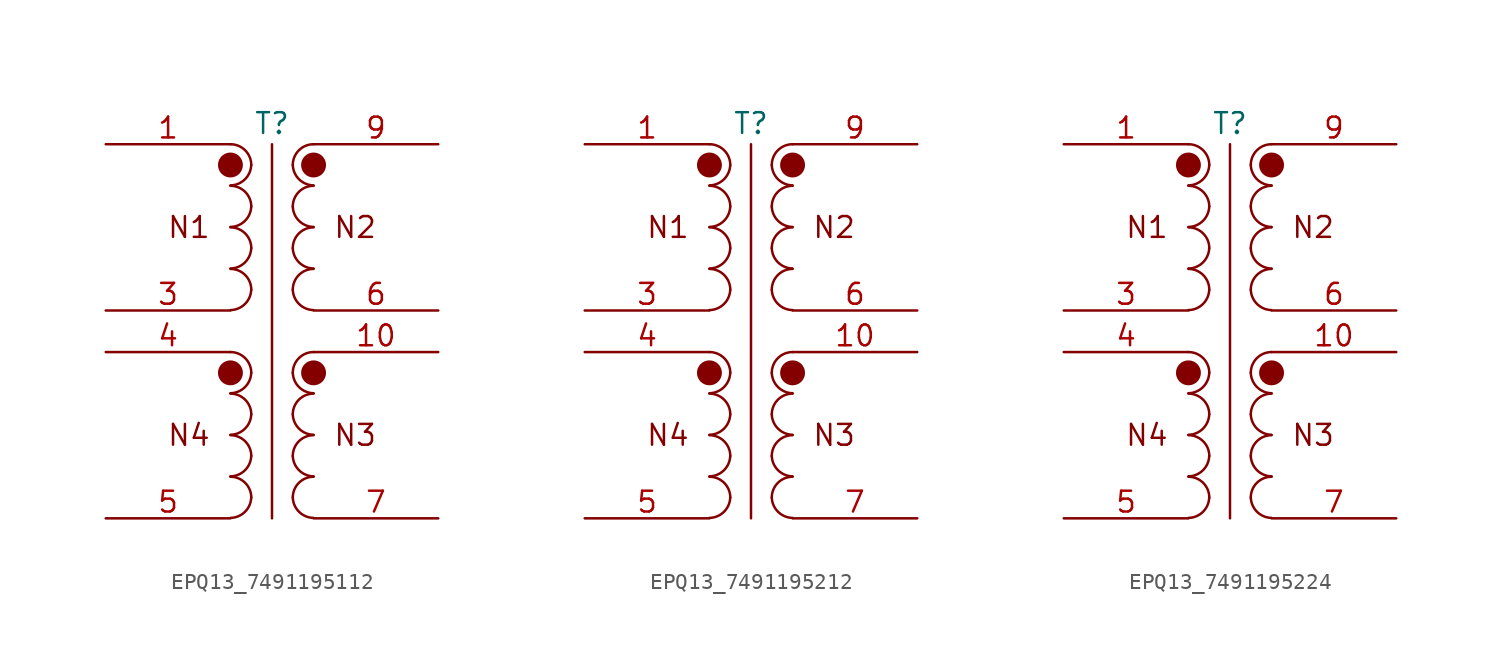
<source format=kicad_sym>
(kicad_symbol_lib
  (version 20220914)
  (generator kicad_symbol_editor)
  (symbol "EPQ13_7491195112"
    (pin_names hide)
    (property "Reference" "T"
      (at 0 12.7 0)
      (effects (font (size 1.27 1.27))))
    (property "Critical Parameter" ""
      (at 0 -5.08 0)
      (effects (font (size 1.27 1.27)) (justify left)))
    (symbol "EPQ13_7491195112_0_1"
      (arc (start -2.54 -11.4046) (mid -1.6561 -11.0363) (end -1.27 -10.16) (stroke (width 0) (type default)) (fill (type none)))
      (arc (start -2.54 -8.8646) (mid -1.6561 -8.4963) (end -1.27 -7.62) (stroke (width 0) (type default)) (fill (type none)))
      (arc (start -2.54 -6.3246) (mid -1.6561 -5.9563) (end -1.27 -5.08) (stroke (width 0) (type default)) (fill (type none)))
      (arc (start -2.54 -3.7846) (mid -1.6561 -3.4163) (end -1.27 -2.54) (stroke (width 0) (type default)) (fill (type none)))
      (arc (start -2.54 1.2954) (mid -1.6561 1.6637) (end -1.27 2.54) (stroke (width 0) (type default)) (fill (type none)))
      (arc (start -2.54 3.8354) (mid -1.6561 4.2037) (end -1.27 5.08) (stroke (width 0) (type default)) (fill (type none)))
      (arc (start -2.54 6.3754) (mid -1.6561 6.7437) (end -1.27 7.62) (stroke (width 0) (type default)) (fill (type none)))
      (arc (start -2.54 8.9154) (mid -1.6561 9.2837) (end -1.27 10.16) (stroke (width 0) (type default)) (fill (type none)))
      (arc (start -1.27 -10.16) (mid -1.642 -9.262) (end -2.54 -8.89) (stroke (width 0) (type default)) (fill (type none)))
      (arc (start -1.27 -7.62) (mid -1.642 -6.722) (end -2.54 -6.35) (stroke (width 0) (type default)) (fill (type none)))
      (arc (start -1.27 -5.08) (mid -1.642 -4.182) (end -2.54 -3.81) (stroke (width 0) (type default)) (fill (type none)))
      (arc (start -1.27 -2.54) (mid -1.642 -1.642) (end -2.54 -1.27) (stroke (width 0) (type default)) (fill (type none)))
      (arc (start -1.27 2.54) (mid -1.642 3.438) (end -2.54 3.81) (stroke (width 0) (type default)) (fill (type none)))
      (arc (start -1.27 5.08) (mid -1.642 5.978) (end -2.54 6.35) (stroke (width 0) (type default)) (fill (type none)))
      (arc (start -1.27 7.62) (mid -1.642 8.518) (end -2.54 8.89) (stroke (width 0) (type default)) (fill (type none)))
      (arc (start -1.27 10.16) (mid -1.642 11.058) (end -2.54 11.43) (stroke (width 0) (type default)) (fill (type none)))
      (polyline (pts (xy 0 -11.43) (xy 0 11.43)) (stroke (width 0) (type default)) (fill (type none)))
      (arc (start 1.27 -10.16) (mid 1.6561 -11.0363) (end 2.54 -11.4046) (stroke (width 0) (type default)) (fill (type none)))
      (arc (start 1.27 -7.62) (mid 1.6561 -8.4963) (end 2.54 -8.8646) (stroke (width 0) (type default)) (fill (type none)))
      (arc (start 1.27 -5.08) (mid 1.6561 -5.9563) (end 2.54 -6.3246) (stroke (width 0) (type default)) (fill (type none)))
      (arc (start 1.27 -2.54) (mid 1.6561 -3.4163) (end 2.54 -3.7846) (stroke (width 0) (type default)) (fill (type none)))
      (arc (start 1.27 2.54) (mid 1.6561 1.6637) (end 2.54 1.2954) (stroke (width 0) (type default)) (fill (type none)))
      (arc (start 1.27 5.08) (mid 1.6561 4.2037) (end 2.54 3.8354) (stroke (width 0) (type default)) (fill (type none)))
      (arc (start 1.27 7.62) (mid 1.6561 6.7437) (end 2.54 6.3754) (stroke (width 0) (type default)) (fill (type none)))
      (arc (start 1.27 10.16) (mid 1.6561 9.2837) (end 2.54 8.9154) (stroke (width 0) (type default)) (fill (type none)))
      (arc (start 2.54 -8.89) (mid 1.642 -9.262) (end 1.27 -10.16) (stroke (width 0) (type default)) (fill (type none)))
      (arc (start 2.54 -6.35) (mid 1.642 -6.722) (end 1.27 -7.62) (stroke (width 0) (type default)) (fill (type none)))
      (arc (start 2.54 -3.81) (mid 1.642 -4.182) (end 1.27 -5.08) (stroke (width 0) (type default)) (fill (type none)))
      (arc (start 2.54 -1.27) (mid 1.642 -1.642) (end 1.27 -2.54) (stroke (width 0) (type default)) (fill (type none)))
      (arc (start 2.54 3.81) (mid 1.642 3.438) (end 1.27 2.54) (stroke (width 0) (type default)) (fill (type none)))
      (arc (start 2.54 6.35) (mid 1.642 5.978) (end 1.27 5.08) (stroke (width 0) (type default)) (fill (type none)))
      (arc (start 2.54 8.89) (mid 1.642 8.518) (end 1.27 7.62) (stroke (width 0) (type default)) (fill (type none)))
      (arc (start 2.54 11.43) (mid 1.642 11.058) (end 1.27 10.16) (stroke (width 0) (type default)) (fill (type none))))
    (symbol "EPQ13_7491195112_1_1"
      (circle (center -2.54 -2.54) (radius 0.0001) (stroke (width 0.762) (type default)) (fill (type none)))
      (circle (center -2.54 10.16) (radius 0.0001) (stroke (width 0.762) (type default)) (fill (type none)))
      (circle (center 2.54 -2.54) (radius 0.0001) (stroke (width 0.762) (type default)) (fill (type none)))
      (circle (center 2.54 10.16) (radius 0.0001) (stroke (width 0.762) (type default)) (fill (type none)))
      (text "N1" (at -5.08 6.35 0) (effects (font (size 1.27 1.27))))
      (text "N2" (at 5.08 6.35 0) (effects (font (size 1.27 1.27))))
      (text "N4" (at -5.08 -6.35 0) (effects (font (size 1.27 1.27))))
      (text "N3" (at 5.08 -6.35 0) (effects (font (size 1.27 1.27))))
      (pin passive line (at -10.16 11.43 0) (length 7.62) (name "1" (effects (font (size 1.27 1.27)))) (number "1" (effects (font (size 1.27 1.27)))))
      (pin passive line (at -10.16 1.27 0) (length 7.62) (name "3" (effects (font (size 1.27 1.27)))) (number "3" (effects (font (size 1.27 1.27)))))
      (pin passive line (at -10.16 -1.27 0) (length 7.62) (name "4" (effects (font (size 1.27 1.27)))) (number "4" (effects (font (size 1.27 1.27)))))
      (pin passive line (at -10.16 -11.43 0) (length 7.62) (name "5" (effects (font (size 1.27 1.27)))) (number "5" (effects (font (size 1.27 1.27)))))
      (pin passive line (at 10.16 11.43 180) (length 7.62) (name "9" (effects (font (size 1.27 1.27)))) (number "9" (effects (font (size 1.27 1.27)))))
      (pin passive line (at 10.16 1.27 180) (length 7.62) (name "6" (effects (font (size 1.27 1.27)))) (number "6" (effects (font (size 1.27 1.27)))))
      (pin passive line (at 10.16 -1.27 180) (length 7.62) (name "10" (effects (font (size 1.27 1.27)))) (number "10" (effects (font (size 1.27 1.27)))))
      (pin passive line (at 10.16 -11.43 180) (length 7.62) (name "7" (effects (font (size 1.27 1.27)))) (number "7" (effects (font (size 1.27 1.27)))))))
  (symbol "EPQ13_7491195212"
    (pin_names hide)
    (property "Reference" "T"
      (at 0 12.7 0)
      (effects (font (size 1.27 1.27))))
    (property "Critical Parameter" ""
      (at 0 -5.08 0)
      (effects (font (size 1.27 1.27)) (justify left)))
    (symbol "EPQ13_7491195212_0_1"
      (arc (start -2.54 -11.4046) (mid -1.6561 -11.0363) (end -1.27 -10.16) (stroke (width 0) (type default)) (fill (type none)))
      (arc (start -2.54 -8.8646) (mid -1.6561 -8.4963) (end -1.27 -7.62) (stroke (width 0) (type default)) (fill (type none)))
      (arc (start -2.54 -6.3246) (mid -1.6561 -5.9563) (end -1.27 -5.08) (stroke (width 0) (type default)) (fill (type none)))
      (arc (start -2.54 -3.7846) (mid -1.6561 -3.4163) (end -1.27 -2.54) (stroke (width 0) (type default)) (fill (type none)))
      (arc (start -2.54 1.2954) (mid -1.6561 1.6637) (end -1.27 2.54) (stroke (width 0) (type default)) (fill (type none)))
      (arc (start -2.54 3.8354) (mid -1.6561 4.2037) (end -1.27 5.08) (stroke (width 0) (type default)) (fill (type none)))
      (arc (start -2.54 6.3754) (mid -1.6561 6.7437) (end -1.27 7.62) (stroke (width 0) (type default)) (fill (type none)))
      (arc (start -2.54 8.9154) (mid -1.6561 9.2837) (end -1.27 10.16) (stroke (width 0) (type default)) (fill (type none)))
      (arc (start -1.27 -10.16) (mid -1.642 -9.262) (end -2.54 -8.89) (stroke (width 0) (type default)) (fill (type none)))
      (arc (start -1.27 -7.62) (mid -1.642 -6.722) (end -2.54 -6.35) (stroke (width 0) (type default)) (fill (type none)))
      (arc (start -1.27 -5.08) (mid -1.642 -4.182) (end -2.54 -3.81) (stroke (width 0) (type default)) (fill (type none)))
      (arc (start -1.27 -2.54) (mid -1.642 -1.642) (end -2.54 -1.27) (stroke (width 0) (type default)) (fill (type none)))
      (arc (start -1.27 2.54) (mid -1.642 3.438) (end -2.54 3.81) (stroke (width 0) (type default)) (fill (type none)))
      (arc (start -1.27 5.08) (mid -1.642 5.978) (end -2.54 6.35) (stroke (width 0) (type default)) (fill (type none)))
      (arc (start -1.27 7.62) (mid -1.642 8.518) (end -2.54 8.89) (stroke (width 0) (type default)) (fill (type none)))
      (arc (start -1.27 10.16) (mid -1.642 11.058) (end -2.54 11.43) (stroke (width 0) (type default)) (fill (type none)))
      (polyline (pts (xy 0 -11.43) (xy 0 11.43)) (stroke (width 0) (type default)) (fill (type none)))
      (arc (start 1.27 -10.16) (mid 1.6561 -11.0363) (end 2.54 -11.4046) (stroke (width 0) (type default)) (fill (type none)))
      (arc (start 1.27 -7.62) (mid 1.6561 -8.4963) (end 2.54 -8.8646) (stroke (width 0) (type default)) (fill (type none)))
      (arc (start 1.27 -5.08) (mid 1.6561 -5.9563) (end 2.54 -6.3246) (stroke (width 0) (type default)) (fill (type none)))
      (arc (start 1.27 -2.54) (mid 1.6561 -3.4163) (end 2.54 -3.7846) (stroke (width 0) (type default)) (fill (type none)))
      (arc (start 1.27 2.54) (mid 1.6561 1.6637) (end 2.54 1.2954) (stroke (width 0) (type default)) (fill (type none)))
      (arc (start 1.27 5.08) (mid 1.6561 4.2037) (end 2.54 3.8354) (stroke (width 0) (type default)) (fill (type none)))
      (arc (start 1.27 7.62) (mid 1.6561 6.7437) (end 2.54 6.3754) (stroke (width 0) (type default)) (fill (type none)))
      (arc (start 1.27 10.16) (mid 1.6561 9.2837) (end 2.54 8.9154) (stroke (width 0) (type default)) (fill (type none)))
      (arc (start 2.54 -8.89) (mid 1.642 -9.262) (end 1.27 -10.16) (stroke (width 0) (type default)) (fill (type none)))
      (arc (start 2.54 -6.35) (mid 1.642 -6.722) (end 1.27 -7.62) (stroke (width 0) (type default)) (fill (type none)))
      (arc (start 2.54 -3.81) (mid 1.642 -4.182) (end 1.27 -5.08) (stroke (width 0) (type default)) (fill (type none)))
      (arc (start 2.54 -1.27) (mid 1.642 -1.642) (end 1.27 -2.54) (stroke (width 0) (type default)) (fill (type none)))
      (arc (start 2.54 3.81) (mid 1.642 3.438) (end 1.27 2.54) (stroke (width 0) (type default)) (fill (type none)))
      (arc (start 2.54 6.35) (mid 1.642 5.978) (end 1.27 5.08) (stroke (width 0) (type default)) (fill (type none)))
      (arc (start 2.54 8.89) (mid 1.642 8.518) (end 1.27 7.62) (stroke (width 0) (type default)) (fill (type none)))
      (arc (start 2.54 11.43) (mid 1.642 11.058) (end 1.27 10.16) (stroke (width 0) (type default)) (fill (type none))))
    (symbol "EPQ13_7491195212_1_1"
      (circle (center -2.54 -2.54) (radius 0.0001) (stroke (width 0.762) (type default)) (fill (type none)))
      (circle (center -2.54 10.16) (radius 0.0001) (stroke (width 0.762) (type default)) (fill (type none)))
      (circle (center 2.54 -2.54) (radius 0.0001) (stroke (width 0.762) (type default)) (fill (type none)))
      (circle (center 2.54 10.16) (radius 0.0001) (stroke (width 0.762) (type default)) (fill (type none)))
      (text "N1" (at -5.08 6.35 0) (effects (font (size 1.27 1.27))))
      (text "N2" (at 5.08 6.35 0) (effects (font (size 1.27 1.27))))
      (text "N4" (at -5.08 -6.35 0) (effects (font (size 1.27 1.27))))
      (text "N3" (at 5.08 -6.35 0) (effects (font (size 1.27 1.27))))
      (pin passive line (at -10.16 11.43 0) (length 7.62) (name "1" (effects (font (size 1.27 1.27)))) (number "1" (effects (font (size 1.27 1.27)))))
      (pin passive line (at -10.16 1.27 0) (length 7.62) (name "3" (effects (font (size 1.27 1.27)))) (number "3" (effects (font (size 1.27 1.27)))))
      (pin passive line (at -10.16 -1.27 0) (length 7.62) (name "4" (effects (font (size 1.27 1.27)))) (number "4" (effects (font (size 1.27 1.27)))))
      (pin passive line (at -10.16 -11.43 0) (length 7.62) (name "5" (effects (font (size 1.27 1.27)))) (number "5" (effects (font (size 1.27 1.27)))))
      (pin passive line (at 10.16 11.43 180) (length 7.62) (name "9" (effects (font (size 1.27 1.27)))) (number "9" (effects (font (size 1.27 1.27)))))
      (pin passive line (at 10.16 1.27 180) (length 7.62) (name "6" (effects (font (size 1.27 1.27)))) (number "6" (effects (font (size 1.27 1.27)))))
      (pin passive line (at 10.16 -1.27 180) (length 7.62) (name "10" (effects (font (size 1.27 1.27)))) (number "10" (effects (font (size 1.27 1.27)))))
      (pin passive line (at 10.16 -11.43 180) (length 7.62) (name "7" (effects (font (size 1.27 1.27)))) (number "7" (effects (font (size 1.27 1.27)))))))
  (symbol "EPQ13_7491195224"
    (pin_names hide)
    (property "Reference" "T"
      (at 0 12.7 0)
      (effects (font (size 1.27 1.27))))
    (property "Critical Parameter" ""
      (at 0 -5.08 0)
      (effects (font (size 1.27 1.27)) (justify left)))
    (symbol "EPQ13_7491195224_0_1"
      (arc (start -2.54 -11.4046) (mid -1.6561 -11.0363) (end -1.27 -10.16) (stroke (width 0) (type default)) (fill (type none)))
      (arc (start -2.54 -8.8646) (mid -1.6561 -8.4963) (end -1.27 -7.62) (stroke (width 0) (type default)) (fill (type none)))
      (arc (start -2.54 -6.3246) (mid -1.6561 -5.9563) (end -1.27 -5.08) (stroke (width 0) (type default)) (fill (type none)))
      (arc (start -2.54 -3.7846) (mid -1.6561 -3.4163) (end -1.27 -2.54) (stroke (width 0) (type default)) (fill (type none)))
      (arc (start -2.54 1.2954) (mid -1.6561 1.6637) (end -1.27 2.54) (stroke (width 0) (type default)) (fill (type none)))
      (arc (start -2.54 3.8354) (mid -1.6561 4.2037) (end -1.27 5.08) (stroke (width 0) (type default)) (fill (type none)))
      (arc (start -2.54 6.3754) (mid -1.6561 6.7437) (end -1.27 7.62) (stroke (width 0) (type default)) (fill (type none)))
      (arc (start -2.54 8.9154) (mid -1.6561 9.2837) (end -1.27 10.16) (stroke (width 0) (type default)) (fill (type none)))
      (arc (start -1.27 -10.16) (mid -1.642 -9.262) (end -2.54 -8.89) (stroke (width 0) (type default)) (fill (type none)))
      (arc (start -1.27 -7.62) (mid -1.642 -6.722) (end -2.54 -6.35) (stroke (width 0) (type default)) (fill (type none)))
      (arc (start -1.27 -5.08) (mid -1.642 -4.182) (end -2.54 -3.81) (stroke (width 0) (type default)) (fill (type none)))
      (arc (start -1.27 -2.54) (mid -1.642 -1.642) (end -2.54 -1.27) (stroke (width 0) (type default)) (fill (type none)))
      (arc (start -1.27 2.54) (mid -1.642 3.438) (end -2.54 3.81) (stroke (width 0) (type default)) (fill (type none)))
      (arc (start -1.27 5.08) (mid -1.642 5.978) (end -2.54 6.35) (stroke (width 0) (type default)) (fill (type none)))
      (arc (start -1.27 7.62) (mid -1.642 8.518) (end -2.54 8.89) (stroke (width 0) (type default)) (fill (type none)))
      (arc (start -1.27 10.16) (mid -1.642 11.058) (end -2.54 11.43) (stroke (width 0) (type default)) (fill (type none)))
      (polyline (pts (xy 0 -11.43) (xy 0 11.43)) (stroke (width 0) (type default)) (fill (type none)))
      (arc (start 1.27 -10.16) (mid 1.6561 -11.0363) (end 2.54 -11.4046) (stroke (width 0) (type default)) (fill (type none)))
      (arc (start 1.27 -7.62) (mid 1.6561 -8.4963) (end 2.54 -8.8646) (stroke (width 0) (type default)) (fill (type none)))
      (arc (start 1.27 -5.08) (mid 1.6561 -5.9563) (end 2.54 -6.3246) (stroke (width 0) (type default)) (fill (type none)))
      (arc (start 1.27 -2.54) (mid 1.6561 -3.4163) (end 2.54 -3.7846) (stroke (width 0) (type default)) (fill (type none)))
      (arc (start 1.27 2.54) (mid 1.6561 1.6637) (end 2.54 1.2954) (stroke (width 0) (type default)) (fill (type none)))
      (arc (start 1.27 5.08) (mid 1.6561 4.2037) (end 2.54 3.8354) (stroke (width 0) (type default)) (fill (type none)))
      (arc (start 1.27 7.62) (mid 1.6561 6.7437) (end 2.54 6.3754) (stroke (width 0) (type default)) (fill (type none)))
      (arc (start 1.27 10.16) (mid 1.6561 9.2837) (end 2.54 8.9154) (stroke (width 0) (type default)) (fill (type none)))
      (arc (start 2.54 -8.89) (mid 1.642 -9.262) (end 1.27 -10.16) (stroke (width 0) (type default)) (fill (type none)))
      (arc (start 2.54 -6.35) (mid 1.642 -6.722) (end 1.27 -7.62) (stroke (width 0) (type default)) (fill (type none)))
      (arc (start 2.54 -3.81) (mid 1.642 -4.182) (end 1.27 -5.08) (stroke (width 0) (type default)) (fill (type none)))
      (arc (start 2.54 -1.27) (mid 1.642 -1.642) (end 1.27 -2.54) (stroke (width 0) (type default)) (fill (type none)))
      (arc (start 2.54 3.81) (mid 1.642 3.438) (end 1.27 2.54) (stroke (width 0) (type default)) (fill (type none)))
      (arc (start 2.54 6.35) (mid 1.642 5.978) (end 1.27 5.08) (stroke (width 0) (type default)) (fill (type none)))
      (arc (start 2.54 8.89) (mid 1.642 8.518) (end 1.27 7.62) (stroke (width 0) (type default)) (fill (type none)))
      (arc (start 2.54 11.43) (mid 1.642 11.058) (end 1.27 10.16) (stroke (width 0) (type default)) (fill (type none))))
    (symbol "EPQ13_7491195224_1_1"
      (circle (center -2.54 -2.54) (radius 0.0001) (stroke (width 0.762) (type default)) (fill (type none)))
      (circle (center -2.54 10.16) (radius 0.0001) (stroke (width 0.762) (type default)) (fill (type none)))
      (circle (center 2.54 -2.54) (radius 0.0001) (stroke (width 0.762) (type default)) (fill (type none)))
      (circle (center 2.54 10.16) (radius 0.0001) (stroke (width 0.762) (type default)) (fill (type none)))
      (text "N1" (at -5.08 6.35 0) (effects (font (size 1.27 1.27))))
      (text "N2" (at 5.08 6.35 0) (effects (font (size 1.27 1.27))))
      (text "N4" (at -5.08 -6.35 0) (effects (font (size 1.27 1.27))))
      (text "N3" (at 5.08 -6.35 0) (effects (font (size 1.27 1.27))))
      (pin passive line (at -10.16 11.43 0) (length 7.62) (name "1" (effects (font (size 1.27 1.27)))) (number "1" (effects (font (size 1.27 1.27)))))
      (pin passive line (at -10.16 1.27 0) (length 7.62) (name "3" (effects (font (size 1.27 1.27)))) (number "3" (effects (font (size 1.27 1.27)))))
      (pin passive line (at -10.16 -1.27 0) (length 7.62) (name "4" (effects (font (size 1.27 1.27)))) (number "4" (effects (font (size 1.27 1.27)))))
      (pin passive line (at -10.16 -11.43 0) (length 7.62) (name "5" (effects (font (size 1.27 1.27)))) (number "5" (effects (font (size 1.27 1.27)))))
      (pin passive line (at 10.16 11.43 180) (length 7.62) (name "9" (effects (font (size 1.27 1.27)))) (number "9" (effects (font (size 1.27 1.27)))))
      (pin passive line (at 10.16 1.27 180) (length 7.62) (name "6" (effects (font (size 1.27 1.27)))) (number "6" (effects (font (size 1.27 1.27)))))
      (pin passive line (at 10.16 -1.27 180) (length 7.62) (name "10" (effects (font (size 1.27 1.27)))) (number "10" (effects (font (size 1.27 1.27)))))
      (pin passive line (at 10.16 -11.43 180) (length 7.62) (name "7" (effects (font (size 1.27 1.27)))) (number "7" (effects (font (size 1.27 1.27))))))))
</source>
